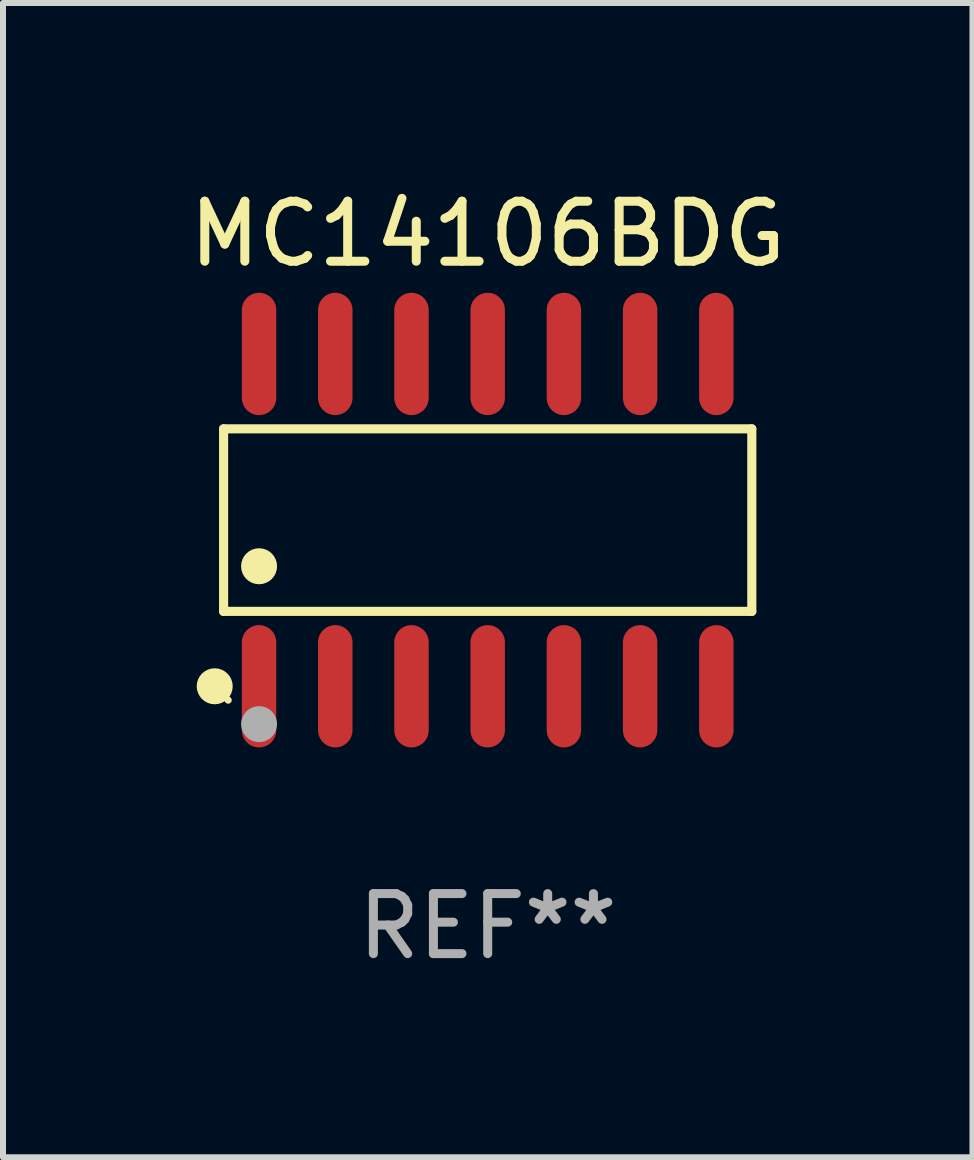
<source format=kicad_pcb>
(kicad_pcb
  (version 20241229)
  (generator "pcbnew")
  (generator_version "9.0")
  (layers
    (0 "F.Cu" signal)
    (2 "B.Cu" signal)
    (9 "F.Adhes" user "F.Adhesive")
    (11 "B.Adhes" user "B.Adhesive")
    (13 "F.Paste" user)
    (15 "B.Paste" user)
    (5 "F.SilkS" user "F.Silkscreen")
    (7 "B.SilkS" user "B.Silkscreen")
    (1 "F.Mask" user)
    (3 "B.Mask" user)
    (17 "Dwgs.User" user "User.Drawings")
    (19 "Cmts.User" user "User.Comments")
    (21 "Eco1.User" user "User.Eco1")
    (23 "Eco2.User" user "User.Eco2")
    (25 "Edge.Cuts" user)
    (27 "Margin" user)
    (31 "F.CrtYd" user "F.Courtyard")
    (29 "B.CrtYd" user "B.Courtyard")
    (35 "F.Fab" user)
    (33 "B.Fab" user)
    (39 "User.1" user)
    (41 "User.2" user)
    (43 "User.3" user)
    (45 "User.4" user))
  (footprint "MC14106BDG"
    (layer "F.Cu")
    (at 5.077 5.617)
    (property "Reference" "MC14106BDG" (at 0 -4.769 0) (layer "F.SilkS") (effects (font (size 1 1) (thickness 0.15))))
    (attr through_hole)
    (fp_line (start -4.401 -1.521) (end 4.401 -1.521) (stroke (width 0.152) (type solid)) (layer "F.SilkS"))
    (fp_line (start -4.401 1.521) (end -4.401 -1.521) (stroke (width 0.152) (type solid)) (layer "F.SilkS"))
    (fp_line (start 4.401 -1.521) (end 4.401 1.521) (stroke (width 0.152) (type solid)) (layer "F.SilkS"))
    (fp_line (start 4.401 1.521) (end -4.401 1.521) (stroke (width 0.152) (type solid)) (layer "F.SilkS"))
    (fp_circle (center -4.549 2.769) (end -4.399 2.769) (stroke (width 0.3) (type solid)) (fill no) (layer "F.SilkS"))
    (fp_circle (center -4.325 3) (end -4.295 3) (stroke (width 0.06) (type solid)) (fill no) (layer "F.SilkS"))
    (fp_circle (center -3.81 0.769) (end -3.66 0.769) (stroke (width 0.3) (type solid)) (fill no) (layer "F.SilkS"))
    (fp_circle (center -3.81 3.4) (end -3.66 3.4) (stroke (width 0.3) (type solid)) (fill no) (layer "F.Fab"))
    (fp_text user "REF**" (at 0 6.769 0) (layer "F.Fab") (effects (font (size 1 1) (thickness 0.15))))
    (pad "1" smd oval (at -3.81 2.769) (size 0.574 2.038) (layers "F.Cu" "F.Mask" "F.Paste"))
    (pad "2" smd oval (at -2.54 2.769) (size 0.574 2.038) (layers "F.Cu" "F.Mask" "F.Paste"))
    (pad "3" smd oval (at -1.27 2.769) (size 0.574 2.038) (layers "F.Cu" "F.Mask" "F.Paste"))
    (pad "4" smd oval (at 0 2.769) (size 0.574 2.038) (layers "F.Cu" "F.Mask" "F.Paste"))
    (pad "5" smd oval (at 1.27 2.769) (size 0.574 2.038) (layers "F.Cu" "F.Mask" "F.Paste"))
    (pad "6" smd oval (at 2.54 2.769) (size 0.574 2.038) (layers "F.Cu" "F.Mask" "F.Paste"))
    (pad "7" smd oval (at 3.81 2.769) (size 0.574 2.038) (layers "F.Cu" "F.Mask" "F.Paste"))
    (pad "8" smd oval (at 3.81 -2.769) (size 0.574 2.038) (layers "F.Cu" "F.Mask" "F.Paste"))
    (pad "9" smd oval (at 2.54 -2.769) (size 0.574 2.038) (layers "F.Cu" "F.Mask" "F.Paste"))
    (pad "10" smd oval (at 1.27 -2.769) (size 0.574 2.038) (layers "F.Cu" "F.Mask" "F.Paste"))
    (pad "11" smd oval (at 0 -2.769) (size 0.574 2.038) (layers "F.Cu" "F.Mask" "F.Paste"))
    (pad "12" smd oval (at -1.27 -2.769) (size 0.574 2.038) (layers "F.Cu" "F.Mask" "F.Paste"))
    (pad "13" smd oval (at -2.54 -2.769) (size 0.574 2.038) (layers "F.Cu" "F.Mask" "F.Paste"))
    (pad "14" smd oval (at -3.81 -2.769) (size 0.574 2.038) (layers "F.Cu" "F.Mask" "F.Paste")))
  (gr_rect
    (start -3 -3)
    (end 13.155 16.235)
    (stroke (width 0.1) (type default))
    (fill no)
    (layer "Edge.Cuts")))
</source>
